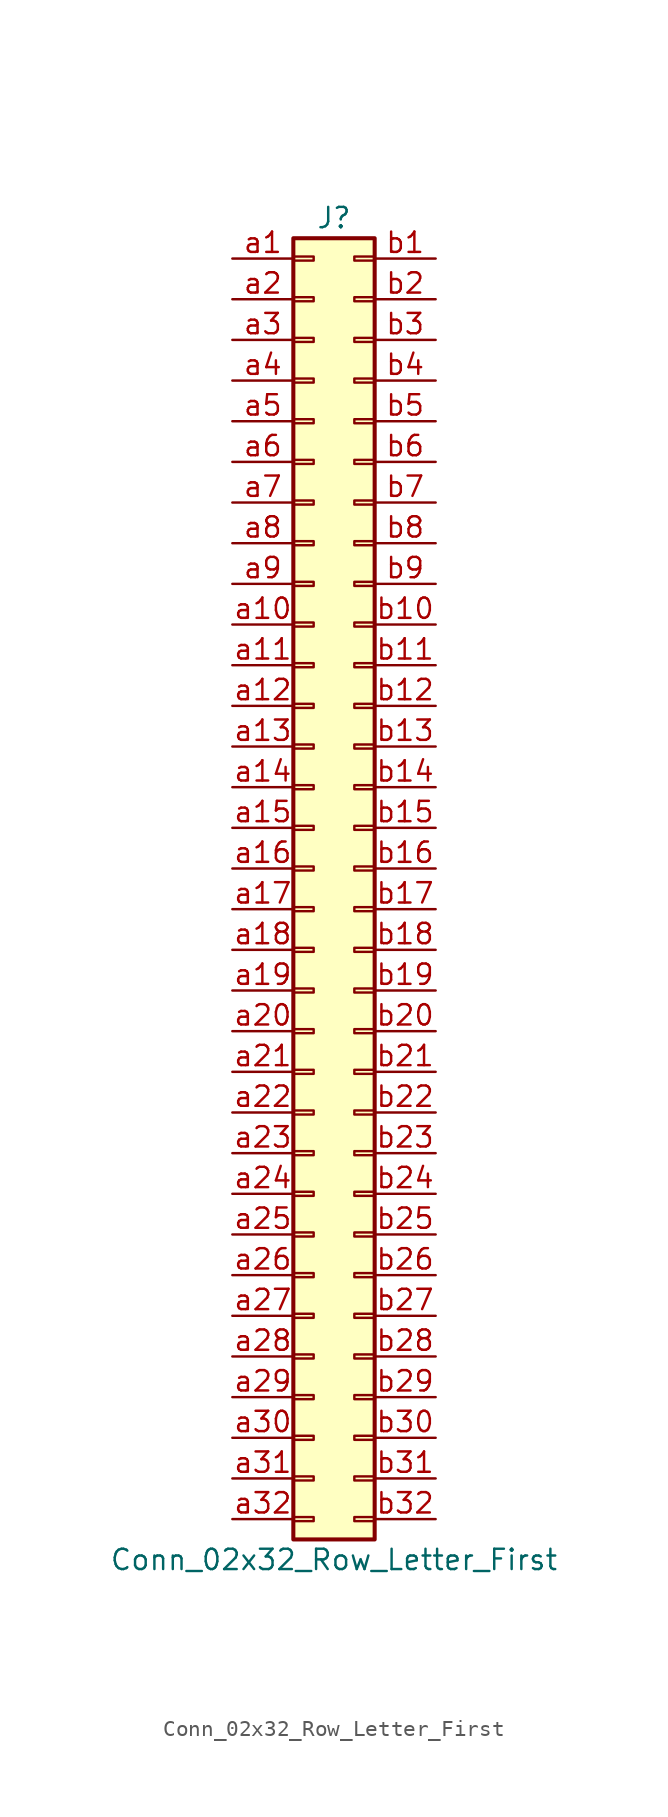
<source format=kicad_sym>
(kicad_symbol_lib
  (version 20201005)
  (generator kicad_symbol_editor)
  (symbol "Conn_02x32_Row_Letter_First"
    (pin_names
      (offset 1.016) hide)
    (property "Reference" "J"
      (at 1.27 40.64 0)
      (effects (font (size 1.27 1.27))))
    (property "Value" "Conn_02x32_Row_Letter_First"
      (at 1.27 -43.18 0)
      (effects (font (size 1.27 1.27))))
    (symbol "Conn_02x32_Row_Letter_First_1_1"
      (rectangle (start -1.27 -40.513) (end 0 -40.767) (stroke (width 0.152)) (fill (type none)))
      (rectangle (start -1.27 -37.973) (end 0 -38.227) (stroke (width 0.152)) (fill (type none)))
      (rectangle (start -1.27 -35.433) (end 0 -35.687) (stroke (width 0.152)) (fill (type none)))
      (rectangle (start -1.27 -32.893) (end 0 -33.147) (stroke (width 0.152)) (fill (type none)))
      (rectangle (start -1.27 -30.353) (end 0 -30.607) (stroke (width 0.152)) (fill (type none)))
      (rectangle (start -1.27 -27.813) (end 0 -28.067) (stroke (width 0.152)) (fill (type none)))
      (rectangle (start -1.27 -25.273) (end 0 -25.527) (stroke (width 0.152)) (fill (type none)))
      (rectangle (start -1.27 -22.733) (end 0 -22.987) (stroke (width 0.152)) (fill (type none)))
      (rectangle (start -1.27 -20.193) (end 0 -20.447) (stroke (width 0.152)) (fill (type none)))
      (rectangle (start -1.27 -17.653) (end 0 -17.907) (stroke (width 0.152)) (fill (type none)))
      (rectangle (start -1.27 -15.113) (end 0 -15.367) (stroke (width 0.152)) (fill (type none)))
      (rectangle (start -1.27 -12.573) (end 0 -12.827) (stroke (width 0.152)) (fill (type none)))
      (rectangle (start -1.27 -10.033) (end 0 -10.287) (stroke (width 0.152)) (fill (type none)))
      (rectangle (start -1.27 -7.493) (end 0 -7.747) (stroke (width 0.152)) (fill (type none)))
      (rectangle (start -1.27 -4.953) (end 0 -5.207) (stroke (width 0.152)) (fill (type none)))
      (rectangle (start -1.27 -2.413) (end 0 -2.667) (stroke (width 0.152)) (fill (type none)))
      (rectangle (start -1.27 0.127) (end 0 -0.127) (stroke (width 0.152)) (fill (type none)))
      (rectangle (start -1.27 2.667) (end 0 2.413) (stroke (width 0.152)) (fill (type none)))
      (rectangle (start -1.27 5.207) (end 0 4.953) (stroke (width 0.152)) (fill (type none)))
      (rectangle (start -1.27 7.747) (end 0 7.493) (stroke (width 0.152)) (fill (type none)))
      (rectangle (start -1.27 10.287) (end 0 10.033) (stroke (width 0.152)) (fill (type none)))
      (rectangle (start -1.27 12.827) (end 0 12.573) (stroke (width 0.152)) (fill (type none)))
      (rectangle (start -1.27 15.367) (end 0 15.113) (stroke (width 0.152)) (fill (type none)))
      (rectangle (start -1.27 17.907) (end 0 17.653) (stroke (width 0.152)) (fill (type none)))
      (rectangle (start -1.27 20.447) (end 0 20.193) (stroke (width 0.152)) (fill (type none)))
      (rectangle (start -1.27 22.987) (end 0 22.733) (stroke (width 0.152)) (fill (type none)))
      (rectangle (start -1.27 25.527) (end 0 25.273) (stroke (width 0.152)) (fill (type none)))
      (rectangle (start -1.27 28.067) (end 0 27.813) (stroke (width 0.152)) (fill (type none)))
      (rectangle (start -1.27 30.607) (end 0 30.353) (stroke (width 0.152)) (fill (type none)))
      (rectangle (start -1.27 33.147) (end 0 32.893) (stroke (width 0.152)) (fill (type none)))
      (rectangle (start -1.27 35.687) (end 0 35.433) (stroke (width 0.152)) (fill (type none)))
      (rectangle (start -1.27 38.227) (end 0 37.973) (stroke (width 0.152)) (fill (type none)))
      (rectangle (start -1.27 39.37) (end 3.81 -41.91) (stroke (width 0.254)) (fill (type background)))
      (rectangle (start 3.81 -40.513) (end 2.54 -40.767) (stroke (width 0.152)) (fill (type none)))
      (rectangle (start 3.81 -37.973) (end 2.54 -38.227) (stroke (width 0.152)) (fill (type none)))
      (rectangle (start 3.81 -35.433) (end 2.54 -35.687) (stroke (width 0.152)) (fill (type none)))
      (rectangle (start 3.81 -32.893) (end 2.54 -33.147) (stroke (width 0.152)) (fill (type none)))
      (rectangle (start 3.81 -30.353) (end 2.54 -30.607) (stroke (width 0.152)) (fill (type none)))
      (rectangle (start 3.81 -27.813) (end 2.54 -28.067) (stroke (width 0.152)) (fill (type none)))
      (rectangle (start 3.81 -25.273) (end 2.54 -25.527) (stroke (width 0.152)) (fill (type none)))
      (rectangle (start 3.81 -22.733) (end 2.54 -22.987) (stroke (width 0.152)) (fill (type none)))
      (rectangle (start 3.81 -20.193) (end 2.54 -20.447) (stroke (width 0.152)) (fill (type none)))
      (rectangle (start 3.81 -17.653) (end 2.54 -17.907) (stroke (width 0.152)) (fill (type none)))
      (rectangle (start 3.81 -15.113) (end 2.54 -15.367) (stroke (width 0.152)) (fill (type none)))
      (rectangle (start 3.81 -12.573) (end 2.54 -12.827) (stroke (width 0.152)) (fill (type none)))
      (rectangle (start 3.81 -10.033) (end 2.54 -10.287) (stroke (width 0.152)) (fill (type none)))
      (rectangle (start 3.81 -7.493) (end 2.54 -7.747) (stroke (width 0.152)) (fill (type none)))
      (rectangle (start 3.81 -4.953) (end 2.54 -5.207) (stroke (width 0.152)) (fill (type none)))
      (rectangle (start 3.81 -2.413) (end 2.54 -2.667) (stroke (width 0.152)) (fill (type none)))
      (rectangle (start 3.81 0.127) (end 2.54 -0.127) (stroke (width 0.152)) (fill (type none)))
      (rectangle (start 3.81 2.667) (end 2.54 2.413) (stroke (width 0.152)) (fill (type none)))
      (rectangle (start 3.81 5.207) (end 2.54 4.953) (stroke (width 0.152)) (fill (type none)))
      (rectangle (start 3.81 7.747) (end 2.54 7.493) (stroke (width 0.152)) (fill (type none)))
      (rectangle (start 3.81 10.287) (end 2.54 10.033) (stroke (width 0.152)) (fill (type none)))
      (rectangle (start 3.81 12.827) (end 2.54 12.573) (stroke (width 0.152)) (fill (type none)))
      (rectangle (start 3.81 15.367) (end 2.54 15.113) (stroke (width 0.152)) (fill (type none)))
      (rectangle (start 3.81 17.907) (end 2.54 17.653) (stroke (width 0.152)) (fill (type none)))
      (rectangle (start 3.81 20.447) (end 2.54 20.193) (stroke (width 0.152)) (fill (type none)))
      (rectangle (start 3.81 22.987) (end 2.54 22.733) (stroke (width 0.152)) (fill (type none)))
      (rectangle (start 3.81 25.527) (end 2.54 25.273) (stroke (width 0.152)) (fill (type none)))
      (rectangle (start 3.81 28.067) (end 2.54 27.813) (stroke (width 0.152)) (fill (type none)))
      (rectangle (start 3.81 30.607) (end 2.54 30.353) (stroke (width 0.152)) (fill (type none)))
      (rectangle (start 3.81 33.147) (end 2.54 32.893) (stroke (width 0.152)) (fill (type none)))
      (rectangle (start 3.81 35.687) (end 2.54 35.433) (stroke (width 0.152)) (fill (type none)))
      (rectangle (start 3.81 38.227) (end 2.54 37.973) (stroke (width 0.152)) (fill (type none)))
      (pin passive line (at -5.08 38.1 0) (length 3.81) (name "Pin_a1" (effects (font (size 1.27 1.27)))) (number "a1" (effects (font (size 1.27 1.27)))))
      (pin passive line (at -5.08 15.24 0) (length 3.81) (name "Pin_a10" (effects (font (size 1.27 1.27)))) (number "a10" (effects (font (size 1.27 1.27)))))
      (pin passive line (at -5.08 12.7 0) (length 3.81) (name "Pin_a11" (effects (font (size 1.27 1.27)))) (number "a11" (effects (font (size 1.27 1.27)))))
      (pin passive line (at -5.08 10.16 0) (length 3.81) (name "Pin_a12" (effects (font (size 1.27 1.27)))) (number "a12" (effects (font (size 1.27 1.27)))))
      (pin passive line (at -5.08 7.62 0) (length 3.81) (name "Pin_a13" (effects (font (size 1.27 1.27)))) (number "a13" (effects (font (size 1.27 1.27)))))
      (pin passive line (at -5.08 5.08 0) (length 3.81) (name "Pin_a14" (effects (font (size 1.27 1.27)))) (number "a14" (effects (font (size 1.27 1.27)))))
      (pin passive line (at -5.08 2.54 0) (length 3.81) (name "Pin_a15" (effects (font (size 1.27 1.27)))) (number "a15" (effects (font (size 1.27 1.27)))))
      (pin passive line (at -5.08 0 0) (length 3.81) (name "Pin_a16" (effects (font (size 1.27 1.27)))) (number "a16" (effects (font (size 1.27 1.27)))))
      (pin passive line (at -5.08 -2.54 0) (length 3.81) (name "Pin_a17" (effects (font (size 1.27 1.27)))) (number "a17" (effects (font (size 1.27 1.27)))))
      (pin passive line (at -5.08 -5.08 0) (length 3.81) (name "Pin_a18" (effects (font (size 1.27 1.27)))) (number "a18" (effects (font (size 1.27 1.27)))))
      (pin passive line (at -5.08 -7.62 0) (length 3.81) (name "Pin_a19" (effects (font (size 1.27 1.27)))) (number "a19" (effects (font (size 1.27 1.27)))))
      (pin passive line (at -5.08 35.56 0) (length 3.81) (name "Pin_a2" (effects (font (size 1.27 1.27)))) (number "a2" (effects (font (size 1.27 1.27)))))
      (pin passive line (at -5.08 -10.16 0) (length 3.81) (name "Pin_a20" (effects (font (size 1.27 1.27)))) (number "a20" (effects (font (size 1.27 1.27)))))
      (pin passive line (at -5.08 -12.7 0) (length 3.81) (name "Pin_a21" (effects (font (size 1.27 1.27)))) (number "a21" (effects (font (size 1.27 1.27)))))
      (pin passive line (at -5.08 -15.24 0) (length 3.81) (name "Pin_a22" (effects (font (size 1.27 1.27)))) (number "a22" (effects (font (size 1.27 1.27)))))
      (pin passive line (at -5.08 -17.78 0) (length 3.81) (name "Pin_a23" (effects (font (size 1.27 1.27)))) (number "a23" (effects (font (size 1.27 1.27)))))
      (pin passive line (at -5.08 -20.32 0) (length 3.81) (name "Pin_a24" (effects (font (size 1.27 1.27)))) (number "a24" (effects (font (size 1.27 1.27)))))
      (pin passive line (at -5.08 -22.86 0) (length 3.81) (name "Pin_a25" (effects (font (size 1.27 1.27)))) (number "a25" (effects (font (size 1.27 1.27)))))
      (pin passive line (at -5.08 -25.4 0) (length 3.81) (name "Pin_a26" (effects (font (size 1.27 1.27)))) (number "a26" (effects (font (size 1.27 1.27)))))
      (pin passive line (at -5.08 -27.94 0) (length 3.81) (name "Pin_a27" (effects (font (size 1.27 1.27)))) (number "a27" (effects (font (size 1.27 1.27)))))
      (pin passive line (at -5.08 -30.48 0) (length 3.81) (name "Pin_a28" (effects (font (size 1.27 1.27)))) (number "a28" (effects (font (size 1.27 1.27)))))
      (pin passive line (at -5.08 -33.02 0) (length 3.81) (name "Pin_a29" (effects (font (size 1.27 1.27)))) (number "a29" (effects (font (size 1.27 1.27)))))
      (pin passive line (at -5.08 33.02 0) (length 3.81) (name "Pin_a3" (effects (font (size 1.27 1.27)))) (number "a3" (effects (font (size 1.27 1.27)))))
      (pin passive line (at -5.08 -35.56 0) (length 3.81) (name "Pin_a30" (effects (font (size 1.27 1.27)))) (number "a30" (effects (font (size 1.27 1.27)))))
      (pin passive line (at -5.08 -38.1 0) (length 3.81) (name "Pin_a31" (effects (font (size 1.27 1.27)))) (number "a31" (effects (font (size 1.27 1.27)))))
      (pin passive line (at -5.08 -40.64 0) (length 3.81) (name "Pin_a32" (effects (font (size 1.27 1.27)))) (number "a32" (effects (font (size 1.27 1.27)))))
      (pin passive line (at -5.08 30.48 0) (length 3.81) (name "Pin_a4" (effects (font (size 1.27 1.27)))) (number "a4" (effects (font (size 1.27 1.27)))))
      (pin passive line (at -5.08 27.94 0) (length 3.81) (name "Pin_a5" (effects (font (size 1.27 1.27)))) (number "a5" (effects (font (size 1.27 1.27)))))
      (pin passive line (at -5.08 25.4 0) (length 3.81) (name "Pin_a6" (effects (font (size 1.27 1.27)))) (number "a6" (effects (font (size 1.27 1.27)))))
      (pin passive line (at -5.08 22.86 0) (length 3.81) (name "Pin_a7" (effects (font (size 1.27 1.27)))) (number "a7" (effects (font (size 1.27 1.27)))))
      (pin passive line (at -5.08 20.32 0) (length 3.81) (name "Pin_a8" (effects (font (size 1.27 1.27)))) (number "a8" (effects (font (size 1.27 1.27)))))
      (pin passive line (at -5.08 17.78 0) (length 3.81) (name "Pin_a9" (effects (font (size 1.27 1.27)))) (number "a9" (effects (font (size 1.27 1.27)))))
      (pin passive line (at 7.62 38.1 180) (length 3.81) (name "Pin_b1" (effects (font (size 1.27 1.27)))) (number "b1" (effects (font (size 1.27 1.27)))))
      (pin passive line (at 7.62 15.24 180) (length 3.81) (name "Pin_b10" (effects (font (size 1.27 1.27)))) (number "b10" (effects (font (size 1.27 1.27)))))
      (pin passive line (at 7.62 12.7 180) (length 3.81) (name "Pin_b11" (effects (font (size 1.27 1.27)))) (number "b11" (effects (font (size 1.27 1.27)))))
      (pin passive line (at 7.62 10.16 180) (length 3.81) (name "Pin_b12" (effects (font (size 1.27 1.27)))) (number "b12" (effects (font (size 1.27 1.27)))))
      (pin passive line (at 7.62 7.62 180) (length 3.81) (name "Pin_b13" (effects (font (size 1.27 1.27)))) (number "b13" (effects (font (size 1.27 1.27)))))
      (pin passive line (at 7.62 5.08 180) (length 3.81) (name "Pin_b14" (effects (font (size 1.27 1.27)))) (number "b14" (effects (font (size 1.27 1.27)))))
      (pin passive line (at 7.62 2.54 180) (length 3.81) (name "Pin_b15" (effects (font (size 1.27 1.27)))) (number "b15" (effects (font (size 1.27 1.27)))))
      (pin passive line (at 7.62 0 180) (length 3.81) (name "Pin_b16" (effects (font (size 1.27 1.27)))) (number "b16" (effects (font (size 1.27 1.27)))))
      (pin passive line (at 7.62 -2.54 180) (length 3.81) (name "Pin_b17" (effects (font (size 1.27 1.27)))) (number "b17" (effects (font (size 1.27 1.27)))))
      (pin passive line (at 7.62 -5.08 180) (length 3.81) (name "Pin_b18" (effects (font (size 1.27 1.27)))) (number "b18" (effects (font (size 1.27 1.27)))))
      (pin passive line (at 7.62 -7.62 180) (length 3.81) (name "Pin_b19" (effects (font (size 1.27 1.27)))) (number "b19" (effects (font (size 1.27 1.27)))))
      (pin passive line (at 7.62 35.56 180) (length 3.81) (name "Pin_b2" (effects (font (size 1.27 1.27)))) (number "b2" (effects (font (size 1.27 1.27)))))
      (pin passive line (at 7.62 -10.16 180) (length 3.81) (name "Pin_b20" (effects (font (size 1.27 1.27)))) (number "b20" (effects (font (size 1.27 1.27)))))
      (pin passive line (at 7.62 -12.7 180) (length 3.81) (name "Pin_b21" (effects (font (size 1.27 1.27)))) (number "b21" (effects (font (size 1.27 1.27)))))
      (pin passive line (at 7.62 -15.24 180) (length 3.81) (name "Pin_b22" (effects (font (size 1.27 1.27)))) (number "b22" (effects (font (size 1.27 1.27)))))
      (pin passive line (at 7.62 -17.78 180) (length 3.81) (name "Pin_b23" (effects (font (size 1.27 1.27)))) (number "b23" (effects (font (size 1.27 1.27)))))
      (pin passive line (at 7.62 -20.32 180) (length 3.81) (name "Pin_b24" (effects (font (size 1.27 1.27)))) (number "b24" (effects (font (size 1.27 1.27)))))
      (pin passive line (at 7.62 -22.86 180) (length 3.81) (name "Pin_b25" (effects (font (size 1.27 1.27)))) (number "b25" (effects (font (size 1.27 1.27)))))
      (pin passive line (at 7.62 -25.4 180) (length 3.81) (name "Pin_b26" (effects (font (size 1.27 1.27)))) (number "b26" (effects (font (size 1.27 1.27)))))
      (pin passive line (at 7.62 -27.94 180) (length 3.81) (name "Pin_b27" (effects (font (size 1.27 1.27)))) (number "b27" (effects (font (size 1.27 1.27)))))
      (pin passive line (at 7.62 -30.48 180) (length 3.81) (name "Pin_b28" (effects (font (size 1.27 1.27)))) (number "b28" (effects (font (size 1.27 1.27)))))
      (pin passive line (at 7.62 -33.02 180) (length 3.81) (name "Pin_b29" (effects (font (size 1.27 1.27)))) (number "b29" (effects (font (size 1.27 1.27)))))
      (pin passive line (at 7.62 33.02 180) (length 3.81) (name "Pin_b3" (effects (font (size 1.27 1.27)))) (number "b3" (effects (font (size 1.27 1.27)))))
      (pin passive line (at 7.62 -35.56 180) (length 3.81) (name "Pin_b30" (effects (font (size 1.27 1.27)))) (number "b30" (effects (font (size 1.27 1.27)))))
      (pin passive line (at 7.62 -38.1 180) (length 3.81) (name "Pin_b31" (effects (font (size 1.27 1.27)))) (number "b31" (effects (font (size 1.27 1.27)))))
      (pin passive line (at 7.62 -40.64 180) (length 3.81) (name "Pin_b32" (effects (font (size 1.27 1.27)))) (number "b32" (effects (font (size 1.27 1.27)))))
      (pin passive line (at 7.62 30.48 180) (length 3.81) (name "Pin_b4" (effects (font (size 1.27 1.27)))) (number "b4" (effects (font (size 1.27 1.27)))))
      (pin passive line (at 7.62 27.94 180) (length 3.81) (name "Pin_b5" (effects (font (size 1.27 1.27)))) (number "b5" (effects (font (size 1.27 1.27)))))
      (pin passive line (at 7.62 25.4 180) (length 3.81) (name "Pin_b6" (effects (font (size 1.27 1.27)))) (number "b6" (effects (font (size 1.27 1.27)))))
      (pin passive line (at 7.62 22.86 180) (length 3.81) (name "Pin_b7" (effects (font (size 1.27 1.27)))) (number "b7" (effects (font (size 1.27 1.27)))))
      (pin passive line (at 7.62 20.32 180) (length 3.81) (name "Pin_b8" (effects (font (size 1.27 1.27)))) (number "b8" (effects (font (size 1.27 1.27)))))
      (pin passive line (at 7.62 17.78 180) (length 3.81) (name "Pin_b9" (effects (font (size 1.27 1.27)))) (number "b9" (effects (font (size 1.27 1.27))))))))
</source>
